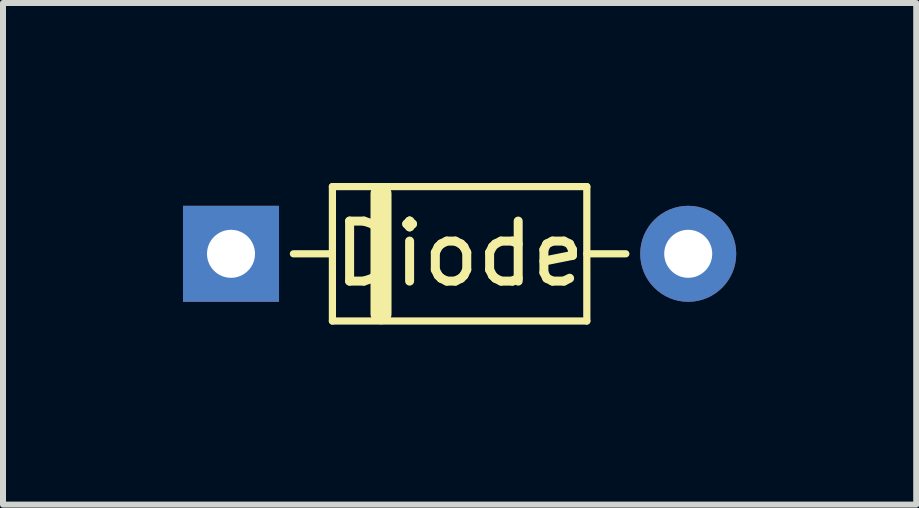
<source format=kicad_pcb>
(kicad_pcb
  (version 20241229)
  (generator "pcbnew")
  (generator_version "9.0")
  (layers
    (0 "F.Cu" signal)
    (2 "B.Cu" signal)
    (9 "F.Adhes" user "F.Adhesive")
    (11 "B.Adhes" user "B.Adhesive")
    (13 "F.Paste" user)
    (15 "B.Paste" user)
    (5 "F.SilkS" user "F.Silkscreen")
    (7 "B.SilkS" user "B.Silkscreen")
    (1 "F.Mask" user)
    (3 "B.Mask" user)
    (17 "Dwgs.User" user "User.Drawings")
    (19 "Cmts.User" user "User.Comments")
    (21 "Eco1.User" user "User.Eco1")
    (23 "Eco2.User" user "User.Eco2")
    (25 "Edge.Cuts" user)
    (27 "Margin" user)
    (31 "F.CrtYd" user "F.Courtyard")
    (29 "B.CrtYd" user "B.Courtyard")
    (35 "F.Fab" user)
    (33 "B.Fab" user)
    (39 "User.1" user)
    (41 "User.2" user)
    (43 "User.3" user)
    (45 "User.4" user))
  (footprint "Diode"
    (layer "F.Cu")
    (at 0.8 1.18)
    (property "Reference" "Diode" (at 3.81 0 0) (unlocked yes) (layer "F.SilkS") (effects (font (size 1 1) (thickness 0.15))))
    (attr through_hole)
    (fp_line (start 1.04 0) (end 1.69 0) (stroke (width 0.12) (type solid)) (layer "F.SilkS"))
    (fp_line (start 1.69 -1.12) (end 1.69 1.12) (stroke (width 0.12) (type solid)) (layer "F.SilkS"))
    (fp_line (start 1.69 1.12) (end 5.93 1.12) (stroke (width 0.12) (type solid)) (layer "F.SilkS"))
    (fp_line (start 2.5 -1) (end 2.5 1) (stroke (width 0.35) (type solid)) (layer "F.SilkS"))
    (fp_line (start 5.93 -1.12) (end 1.69 -1.12) (stroke (width 0.12) (type solid)) (layer "F.SilkS"))
    (fp_line (start 5.93 1.12) (end 5.93 -1.12) (stroke (width 0.12) (type solid)) (layer "F.SilkS"))
    (fp_line (start 6.58 0) (end 5.93 0) (stroke (width 0.12) (type solid)) (layer "F.SilkS"))
    (pad "1" thru_hole rect (at 0 0) (size 1.6 1.6) (drill 0.8) (layers "*.Cu" "*.Mask"))
    (pad "2" thru_hole oval (at 7.62 0) (size 1.6 1.6) (drill 0.8) (layers "*.Cu" "*.Mask")))
  (gr_rect
    (start -3 -3)
    (end 12.22 5.36)
    (stroke (width 0.1) (type default))
    (fill no)
    (layer "Edge.Cuts")))
</source>
